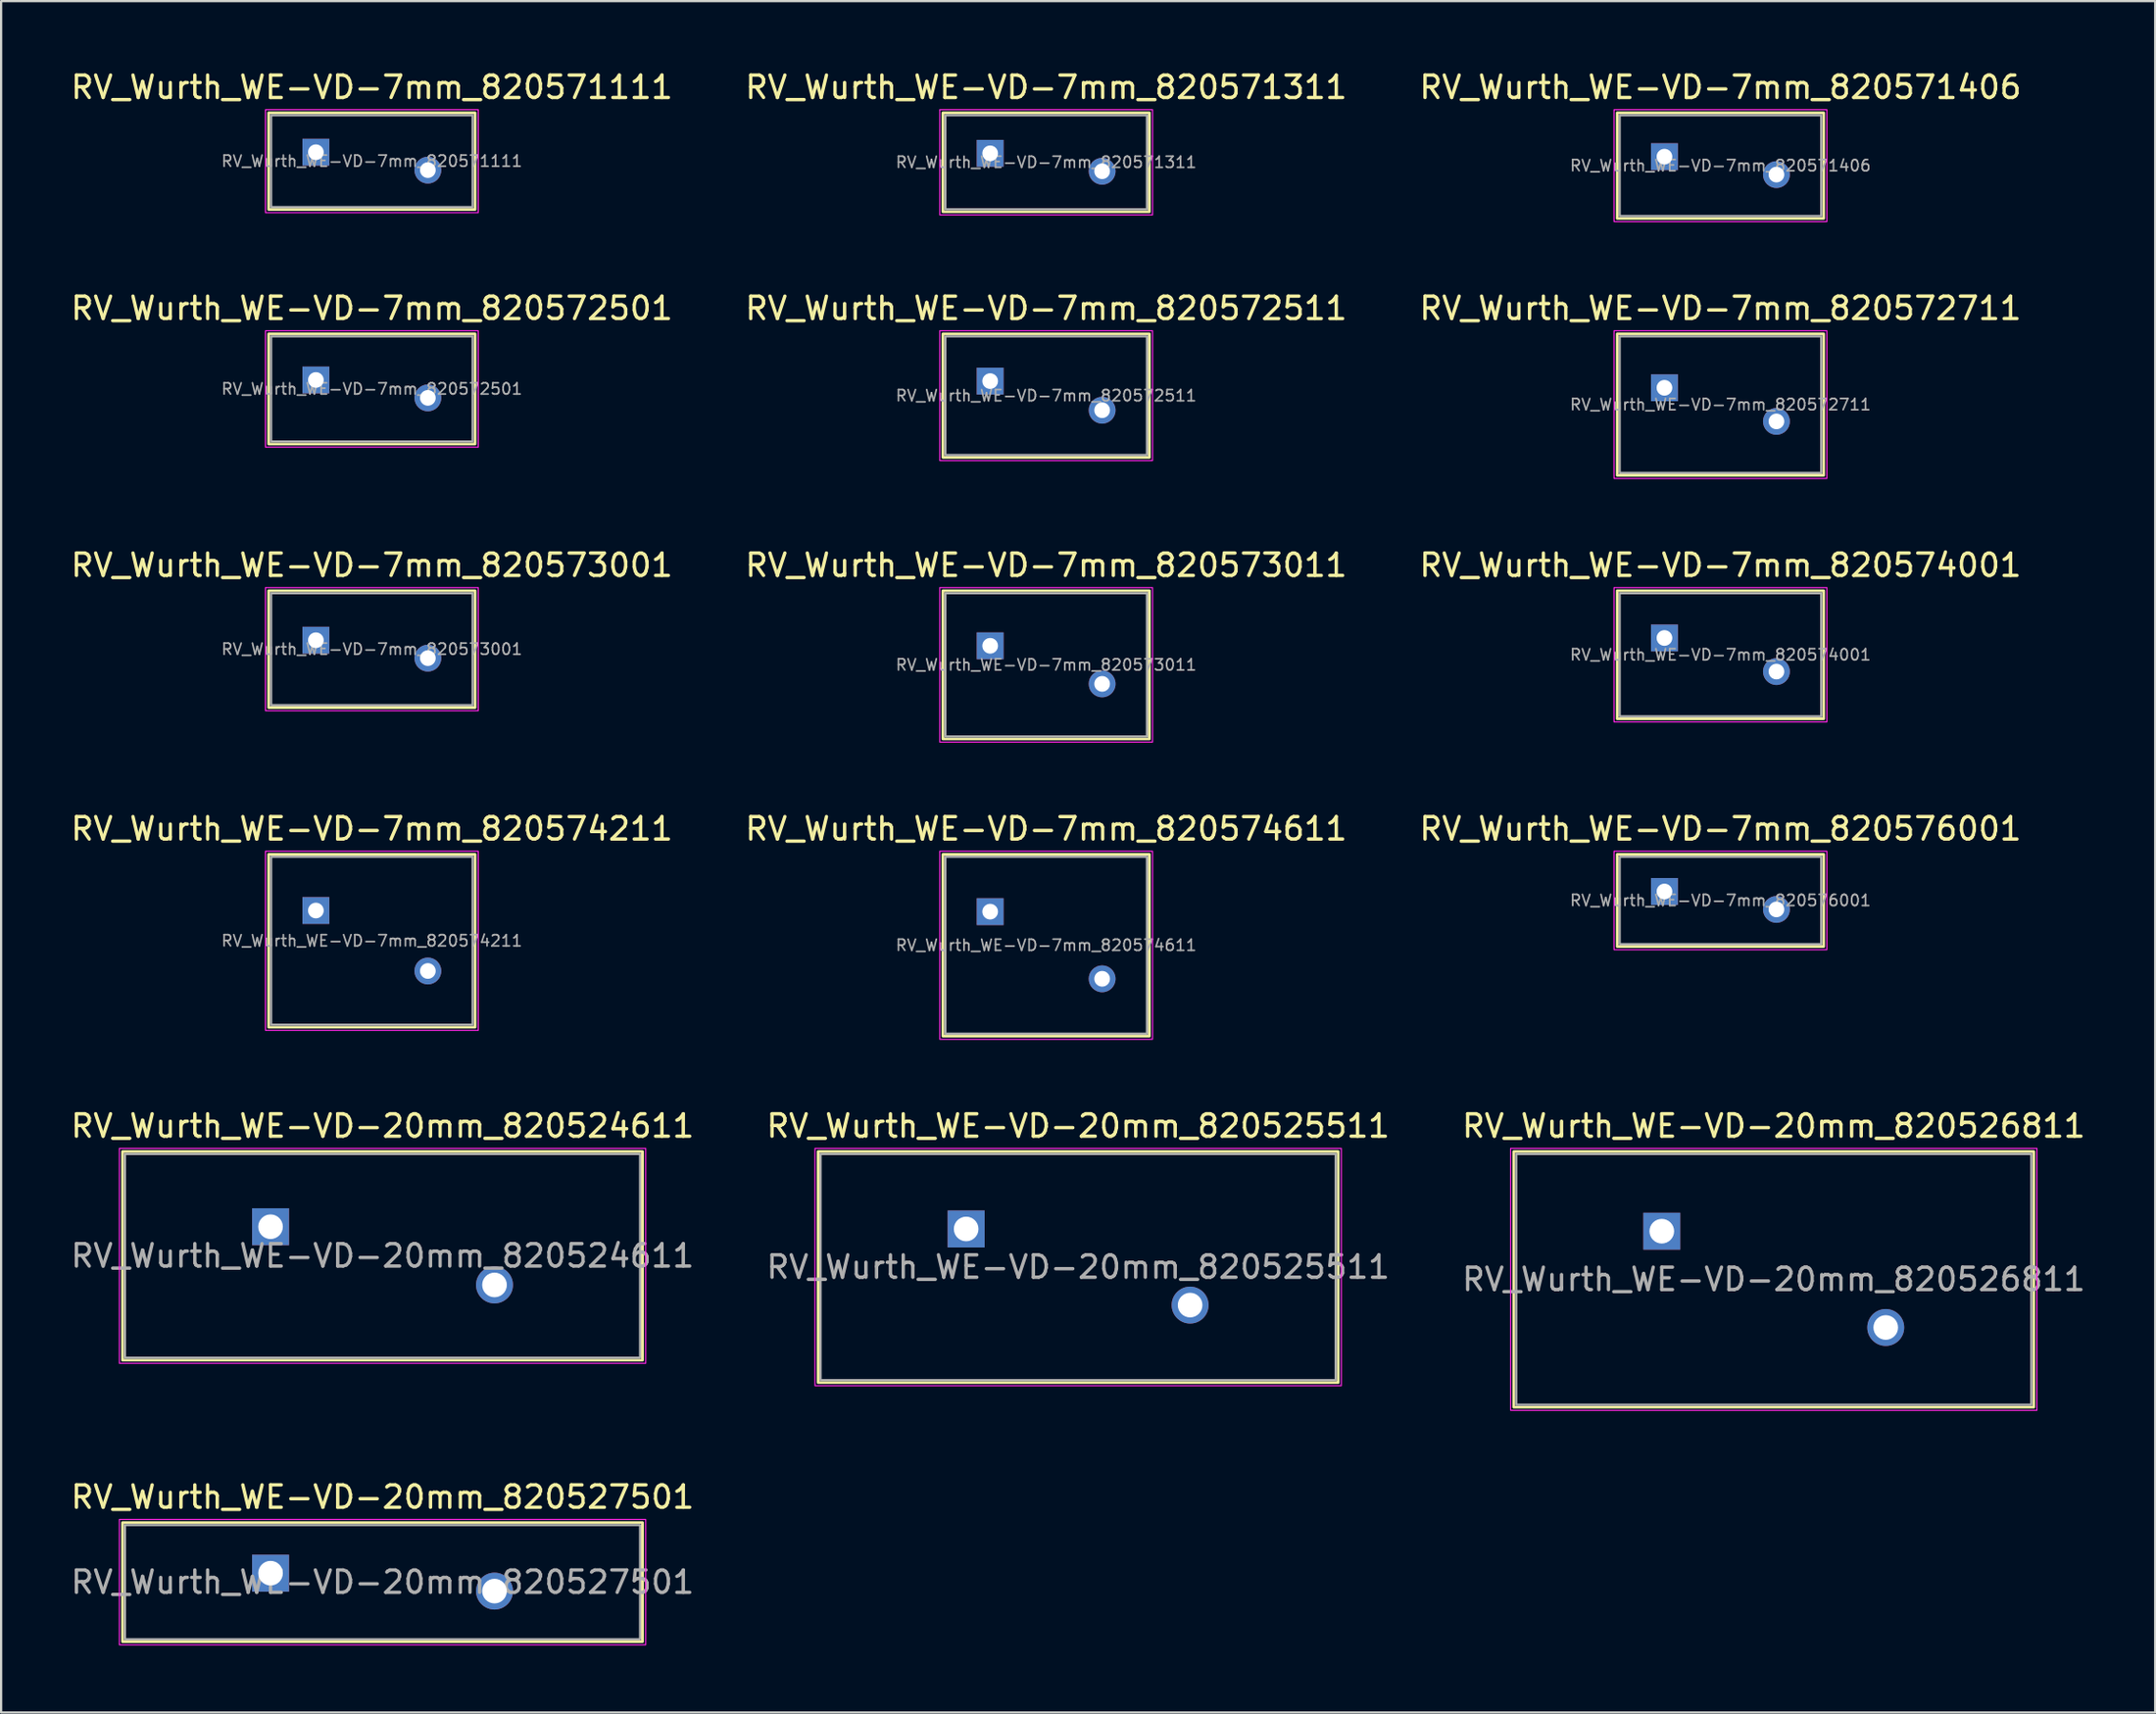
<source format=kicad_pcb>
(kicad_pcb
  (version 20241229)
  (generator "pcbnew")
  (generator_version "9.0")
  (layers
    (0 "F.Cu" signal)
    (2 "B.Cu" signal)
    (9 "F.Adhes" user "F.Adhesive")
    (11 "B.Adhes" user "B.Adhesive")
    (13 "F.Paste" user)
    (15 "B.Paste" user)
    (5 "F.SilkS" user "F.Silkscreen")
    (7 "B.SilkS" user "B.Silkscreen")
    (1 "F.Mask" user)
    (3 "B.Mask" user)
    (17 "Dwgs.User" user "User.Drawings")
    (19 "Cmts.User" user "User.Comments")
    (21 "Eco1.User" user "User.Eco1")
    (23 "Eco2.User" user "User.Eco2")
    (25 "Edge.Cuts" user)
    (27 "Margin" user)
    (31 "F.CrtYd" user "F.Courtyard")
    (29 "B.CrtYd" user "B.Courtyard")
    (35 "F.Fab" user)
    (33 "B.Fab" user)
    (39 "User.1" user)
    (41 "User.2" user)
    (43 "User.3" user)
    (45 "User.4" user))
  (footprint "RV_Wurth_WE-VD-20mm_820527501"
    (layer "F.Cu")
    (at 9.03 67.215)
    (property "Reference" "RV_Wurth_WE-VD-20mm_820527501" (at 5 -3.4 0) (unlocked yes) (layer "F.SilkS") (effects (font (size 1 1) (thickness 0.15))))
    (attr through_hole)
    (fp_rect (start -6.61 -2.26) (end 16.61 3.06) (stroke (width 0.12) (type solid)) (fill no) (layer "F.SilkS"))
    (fp_rect (start -6.75 -2.4) (end 16.75 3.2) (stroke (width 0.05) (type solid)) (fill no) (layer "F.CrtYd"))
    (fp_rect (start -6.5 -2.15) (end 16.5 2.95) (stroke (width 0.1) (type solid)) (fill no) (layer "F.Fab"))
    (fp_text user "${REFERENCE}" (at 5 0.4 0) (unlocked yes) (layer "F.Fab") (effects (font (size 1 1) (thickness 0.15))))
    (pad "1" thru_hole rect (at 0 0) (size 1.65 1.65) (drill 1.1) (layers "*.Cu" "*.Mask"))
    (pad "2" thru_hole circle (at 10 0.8) (size 1.65 1.65) (drill 1.1) (layers "*.Cu" "*.Mask")))
  (footprint "RV_Wurth_WE-VD-7mm_820574211"
    (layer "F.Cu")
    (at 11.054 37.618)
    (property "Reference" "RV_Wurth_WE-VD-7mm_820574211" (at 2.5 -3.65 0) (unlocked yes) (layer "F.SilkS") (effects (font (size 1 1) (thickness 0.15))))
    (attr through_hole)
    (fp_rect (start -2.11 -2.51) (end 7.11 5.21) (stroke (width 0.12) (type solid)) (fill no) (layer "F.SilkS"))
    (fp_rect (start -2.25 -2.65) (end 7.25 5.35) (stroke (width 0.05) (type solid)) (fill no) (layer "F.CrtYd"))
    (fp_rect (start -2 -2.4) (end 7 5.1) (stroke (width 0.1) (type solid)) (fill no) (layer "F.Fab"))
    (fp_text user "${REFERENCE}" (at 2.5 1.35 0) (unlocked yes) (layer "F.Fab") (effects (font (size 0.5 0.5) (thickness 0.075))))
    (pad "1" thru_hole rect (at 0 0) (size 1.2 1.2) (drill 0.7) (layers "*.Cu" "*.Mask"))
    (pad "2" thru_hole circle (at 5 2.7) (size 1.2 1.2) (drill 0.7) (layers "*.Cu" "*.Mask")))
  (footprint "RV_Wurth_WE-VD-20mm_820525511"
    (layer "F.Cu")
    (at 40.089 51.841)
    (property "Reference" "RV_Wurth_WE-VD-20mm_820525511" (at 5 -4.6 0) (unlocked yes) (layer "F.SilkS") (effects (font (size 1 1) (thickness 0.15))))
    (attr through_hole)
    (fp_rect (start -6.61 -3.46) (end 16.61 6.86) (stroke (width 0.12) (type solid)) (fill no) (layer "F.SilkS"))
    (fp_rect (start -6.75 -3.6) (end 16.75 7) (stroke (width 0.05) (type solid)) (fill no) (layer "F.CrtYd"))
    (fp_rect (start -6.5 -3.35) (end 16.5 6.75) (stroke (width 0.1) (type solid)) (fill no) (layer "F.Fab"))
    (fp_text user "${REFERENCE}" (at 5 1.7 0) (unlocked yes) (layer "F.Fab") (effects (font (size 1 1) (thickness 0.15))))
    (pad "1" thru_hole rect (at 0 0) (size 1.65 1.65) (drill 1.1) (layers "*.Cu" "*.Mask"))
    (pad "2" thru_hole circle (at 10 3.4) (size 1.65 1.65) (drill 1.1) (layers "*.Cu" "*.Mask")))
  (footprint "RV_Wurth_WE-VD-7mm_820571111"
    (layer "F.Cu")
    (at 11.054 3.748)
    (property "Reference" "RV_Wurth_WE-VD-7mm_820571111" (at 2.5 -2.9 0) (unlocked yes) (layer "F.SilkS") (effects (font (size 1 1) (thickness 0.15))))
    (attr through_hole)
    (fp_rect (start -2.11 -1.76) (end 7.11 2.56) (stroke (width 0.12) (type solid)) (fill no) (layer "F.SilkS"))
    (fp_rect (start -2.25 -1.9) (end 7.25 2.7) (stroke (width 0.05) (type solid)) (fill no) (layer "F.CrtYd"))
    (fp_rect (start -2 -1.65) (end 7 2.45) (stroke (width 0.1) (type solid)) (fill no) (layer "F.Fab"))
    (fp_text user "${REFERENCE}" (at 2.5 0.4 0) (unlocked yes) (layer "F.Fab") (effects (font (size 0.5 0.5) (thickness 0.075))))
    (pad "1" thru_hole rect (at 0 0) (size 1.2 1.2) (drill 0.7) (layers "*.Cu" "*.Mask"))
    (pad "2" thru_hole circle (at 5 0.8) (size 1.2 1.2) (drill 0.7) (layers "*.Cu" "*.Mask")))
  (footprint "RV_Wurth_WE-VD-7mm_820573011"
    (layer "F.Cu")
    (at 41.161 25.795)
    (property "Reference" "RV_Wurth_WE-VD-7mm_820573011" (at 2.5 -3.6 0) (unlocked yes) (layer "F.SilkS") (effects (font (size 1 1) (thickness 0.15))))
    (attr through_hole)
    (fp_rect (start -2.11 -2.46) (end 7.11 4.16) (stroke (width 0.12) (type solid)) (fill no) (layer "F.SilkS"))
    (fp_rect (start -2.25 -2.6) (end 7.25 4.3) (stroke (width 0.05) (type solid)) (fill no) (layer "F.CrtYd"))
    (fp_rect (start -2 -2.35) (end 7 4.05) (stroke (width 0.1) (type solid)) (fill no) (layer "F.Fab"))
    (fp_text user "${REFERENCE}" (at 2.5 0.85 0) (unlocked yes) (layer "F.Fab") (effects (font (size 0.5 0.5) (thickness 0.075))))
    (pad "1" thru_hole rect (at 0 0) (size 1.2 1.2) (drill 0.7) (layers "*.Cu" "*.Mask"))
    (pad "2" thru_hole circle (at 5 1.7) (size 1.2 1.2) (drill 0.7) (layers "*.Cu" "*.Mask")))
  (footprint "RV_Wurth_WE-VD-7mm_820572511"
    (layer "F.Cu")
    (at 41.161 13.972)
    (property "Reference" "RV_Wurth_WE-VD-7mm_820572511" (at 2.5 -3.25 0) (unlocked yes) (layer "F.SilkS") (effects (font (size 1 1) (thickness 0.15))))
    (attr through_hole)
    (fp_rect (start -2.11 -2.11) (end 7.11 3.41) (stroke (width 0.12) (type solid)) (fill no) (layer "F.SilkS"))
    (fp_rect (start -2.25 -2.25) (end 7.25 3.55) (stroke (width 0.05) (type solid)) (fill no) (layer "F.CrtYd"))
    (fp_rect (start -2 -2) (end 7 3.3) (stroke (width 0.1) (type solid)) (fill no) (layer "F.Fab"))
    (fp_text user "${REFERENCE}" (at 2.5 0.65 0) (unlocked yes) (layer "F.Fab") (effects (font (size 0.5 0.5) (thickness 0.075))))
    (pad "1" thru_hole rect (at 0 0) (size 1.2 1.2) (drill 0.7) (layers "*.Cu" "*.Mask"))
    (pad "2" thru_hole circle (at 5 1.3) (size 1.2 1.2) (drill 0.7) (layers "*.Cu" "*.Mask")))
  (footprint "RV_Wurth_WE-VD-20mm_820524611"
    (layer "F.Cu")
    (at 9.03 51.741)
    (property "Reference" "RV_Wurth_WE-VD-20mm_820524611" (at 5 -4.5 0) (unlocked yes) (layer "F.SilkS") (effects (font (size 1 1) (thickness 0.15))))
    (attr through_hole)
    (fp_rect (start -6.61 -3.36) (end 16.61 5.96) (stroke (width 0.12) (type solid)) (fill no) (layer "F.SilkS"))
    (fp_rect (start -6.75 -3.5) (end 16.75 6.1) (stroke (width 0.05) (type solid)) (fill no) (layer "F.CrtYd"))
    (fp_rect (start -6.5 -3.25) (end 16.5 5.85) (stroke (width 0.1) (type solid)) (fill no) (layer "F.Fab"))
    (fp_text user "${REFERENCE}" (at 5 1.3 0) (unlocked yes) (layer "F.Fab") (effects (font (size 1 1) (thickness 0.15))))
    (pad "1" thru_hole rect (at 0 0) (size 1.65 1.65) (drill 1.1) (layers "*.Cu" "*.Mask"))
    (pad "2" thru_hole circle (at 10 2.6) (size 1.65 1.65) (drill 1.1) (layers "*.Cu" "*.Mask")))
  (footprint "RV_Wurth_WE-VD-7mm_820572501"
    (layer "F.Cu")
    (at 11.054 13.921)
    (property "Reference" "RV_Wurth_WE-VD-7mm_820572501" (at 2.5 -3.2 0) (unlocked yes) (layer "F.SilkS") (effects (font (size 1 1) (thickness 0.15))))
    (attr through_hole)
    (fp_rect (start -2.11 -2.06) (end 7.11 2.86) (stroke (width 0.12) (type solid)) (fill no) (layer "F.SilkS"))
    (fp_rect (start -2.25 -2.2) (end 7.25 3) (stroke (width 0.05) (type solid)) (fill no) (layer "F.CrtYd"))
    (fp_rect (start -2 -1.95) (end 7 2.75) (stroke (width 0.1) (type solid)) (fill no) (layer "F.Fab"))
    (fp_text user "${REFERENCE}" (at 2.5 0.4 0) (unlocked yes) (layer "F.Fab") (effects (font (size 0.5 0.5) (thickness 0.075))))
    (pad "1" thru_hole rect (at 0 0) (size 1.2 1.2) (drill 0.7) (layers "*.Cu" "*.Mask"))
    (pad "2" thru_hole circle (at 5 0.8) (size 1.2 1.2) (drill 0.7) (layers "*.Cu" "*.Mask")))
  (footprint "RV_Wurth_WE-VD-7mm_820574001"
    (layer "F.Cu")
    (at 71.268 25.445)
    (property "Reference" "RV_Wurth_WE-VD-7mm_820574001" (at 2.5 -3.25 0) (unlocked yes) (layer "F.SilkS") (effects (font (size 1 1) (thickness 0.15))))
    (attr through_hole)
    (fp_rect (start -2.11 -2.11) (end 7.11 3.61) (stroke (width 0.12) (type solid)) (fill no) (layer "F.SilkS"))
    (fp_rect (start -2.25 -2.25) (end 7.25 3.75) (stroke (width 0.05) (type solid)) (fill no) (layer "F.CrtYd"))
    (fp_rect (start -2 -2) (end 7 3.5) (stroke (width 0.1) (type solid)) (fill no) (layer "F.Fab"))
    (fp_text user "${REFERENCE}" (at 2.5 0.75 0) (unlocked yes) (layer "F.Fab") (effects (font (size 0.5 0.5) (thickness 0.075))))
    (pad "1" thru_hole rect (at 0 0) (size 1.2 1.2) (drill 0.7) (layers "*.Cu" "*.Mask"))
    (pad "2" thru_hole circle (at 5 1.5) (size 1.2 1.2) (drill 0.7) (layers "*.Cu" "*.Mask")))
  (footprint "RV_Wurth_WE-VD-7mm_820573001"
    (layer "F.Cu")
    (at 11.054 25.545)
    (property "Reference" "RV_Wurth_WE-VD-7mm_820573001" (at 2.5 -3.35 0) (unlocked yes) (layer "F.SilkS") (effects (font (size 1 1) (thickness 0.15))))
    (attr through_hole)
    (fp_rect (start -2.11 -2.21) (end 7.11 3.01) (stroke (width 0.12) (type solid)) (fill no) (layer "F.SilkS"))
    (fp_rect (start -2.25 -2.35) (end 7.25 3.15) (stroke (width 0.05) (type solid)) (fill no) (layer "F.CrtYd"))
    (fp_rect (start -2 -2.1) (end 7 2.9) (stroke (width 0.1) (type solid)) (fill no) (layer "F.Fab"))
    (fp_text user "${REFERENCE}" (at 2.5 0.4 0) (unlocked yes) (layer "F.Fab") (effects (font (size 0.5 0.5) (thickness 0.075))))
    (pad "1" thru_hole rect (at 0 0) (size 1.2 1.2) (drill 0.7) (layers "*.Cu" "*.Mask"))
    (pad "2" thru_hole circle (at 5 0.8) (size 1.2 1.2) (drill 0.7) (layers "*.Cu" "*.Mask")))
  (footprint "RV_Wurth_WE-VD-7mm_820572711"
    (layer "F.Cu")
    (at 71.268 14.271)
    (property "Reference" "RV_Wurth_WE-VD-7mm_820572711" (at 2.5 -3.55 0) (unlocked yes) (layer "F.SilkS") (effects (font (size 1 1) (thickness 0.15))))
    (attr through_hole)
    (fp_rect (start -2.11 -2.41) (end 7.11 3.91) (stroke (width 0.12) (type solid)) (fill no) (layer "F.SilkS"))
    (fp_rect (start -2.25 -2.55) (end 7.25 4.05) (stroke (width 0.05) (type solid)) (fill no) (layer "F.CrtYd"))
    (fp_rect (start -2 -2.3) (end 7 3.8) (stroke (width 0.1) (type solid)) (fill no) (layer "F.Fab"))
    (fp_text user "${REFERENCE}" (at 2.5 0.75 0) (unlocked yes) (layer "F.Fab") (effects (font (size 0.5 0.5) (thickness 0.075))))
    (pad "1" thru_hole rect (at 0 0) (size 1.2 1.2) (drill 0.7) (layers "*.Cu" "*.Mask"))
    (pad "2" thru_hole circle (at 5 1.5) (size 1.2 1.2) (drill 0.7) (layers "*.Cu" "*.Mask")))
  (footprint "RV_Wurth_WE-VD-7mm_820574611"
    (layer "F.Cu")
    (at 41.161 37.668)
    (property "Reference" "RV_Wurth_WE-VD-7mm_820574611" (at 2.5 -3.7 0) (unlocked yes) (layer "F.SilkS") (effects (font (size 1 1) (thickness 0.15))))
    (attr through_hole)
    (fp_rect (start -2.11 -2.56) (end 7.11 5.56) (stroke (width 0.12) (type solid)) (fill no) (layer "F.SilkS"))
    (fp_rect (start -2.25 -2.7) (end 7.25 5.7) (stroke (width 0.05) (type solid)) (fill no) (layer "F.CrtYd"))
    (fp_rect (start -2 -2.45) (end 7 5.45) (stroke (width 0.1) (type solid)) (fill no) (layer "F.Fab"))
    (fp_text user "${REFERENCE}" (at 2.5 1.5 0) (unlocked yes) (layer "F.Fab") (effects (font (size 0.5 0.5) (thickness 0.075))))
    (pad "1" thru_hole rect (at 0 0) (size 1.2 1.2) (drill 0.7) (layers "*.Cu" "*.Mask"))
    (pad "2" thru_hole circle (at 5 3) (size 1.2 1.2) (drill 0.7) (layers "*.Cu" "*.Mask")))
  (footprint "RV_Wurth_WE-VD-7mm_820576001"
    (layer "F.Cu")
    (at 71.268 36.768)
    (property "Reference" "RV_Wurth_WE-VD-7mm_820576001" (at 2.5 -2.8 0) (unlocked yes) (layer "F.SilkS") (effects (font (size 1 1) (thickness 0.15))))
    (attr through_hole)
    (fp_rect (start -2.11 -1.66) (end 7.11 2.46) (stroke (width 0.12) (type solid)) (fill no) (layer "F.SilkS"))
    (fp_rect (start -2.25 -1.8) (end 7.25 2.6) (stroke (width 0.05) (type solid)) (fill no) (layer "F.CrtYd"))
    (fp_rect (start -2 -1.55) (end 7 2.35) (stroke (width 0.1) (type solid)) (fill no) (layer "F.Fab"))
    (fp_text user "${REFERENCE}" (at 2.5 0.4 0) (unlocked yes) (layer "F.Fab") (effects (font (size 0.5 0.5) (thickness 0.075))))
    (pad "1" thru_hole rect (at 0 0) (size 1.2 1.2) (drill 0.7) (layers "*.Cu" "*.Mask"))
    (pad "2" thru_hole circle (at 5 0.8) (size 1.2 1.2) (drill 0.7) (layers "*.Cu" "*.Mask")))
  (footprint "RV_Wurth_WE-VD-7mm_820571406"
    (layer "F.Cu")
    (at 71.268 3.948)
    (property "Reference" "RV_Wurth_WE-VD-7mm_820571406" (at 2.5 -3.1 0) (unlocked yes) (layer "F.SilkS") (effects (font (size 1 1) (thickness 0.15))))
    (attr through_hole)
    (fp_rect (start -2.11 -1.96) (end 7.11 2.76) (stroke (width 0.12) (type solid)) (fill no) (layer "F.SilkS"))
    (fp_rect (start -2.25 -2.1) (end 7.25 2.9) (stroke (width 0.05) (type solid)) (fill no) (layer "F.CrtYd"))
    (fp_rect (start -2 -1.85) (end 7 2.65) (stroke (width 0.1) (type solid)) (fill no) (layer "F.Fab"))
    (fp_text user "${REFERENCE}" (at 2.5 0.4 0) (unlocked yes) (layer "F.Fab") (effects (font (size 0.5 0.5) (thickness 0.075))))
    (pad "1" thru_hole rect (at 0 0) (size 1.2 1.2) (drill 0.7) (layers "*.Cu" "*.Mask"))
    (pad "2" thru_hole circle (at 5 0.8) (size 1.2 1.2) (drill 0.7) (layers "*.Cu" "*.Mask")))
  (footprint "RV_Wurth_WE-VD-20mm_820526811"
    (layer "F.Cu")
    (at 71.149 51.941)
    (property "Reference" "RV_Wurth_WE-VD-20mm_820526811" (at 5 -4.7 0) (unlocked yes) (layer "F.SilkS") (effects (font (size 1 1) (thickness 0.15))))
    (attr through_hole)
    (fp_rect (start -6.61 -3.56) (end 16.61 7.86) (stroke (width 0.12) (type solid)) (fill no) (layer "F.SilkS"))
    (fp_rect (start -6.75 -3.7) (end 16.75 8) (stroke (width 0.05) (type solid)) (fill no) (layer "F.CrtYd"))
    (fp_rect (start -6.5 -3.45) (end 16.5 7.75) (stroke (width 0.1) (type solid)) (fill no) (layer "F.Fab"))
    (fp_text user "${REFERENCE}" (at 5 2.15 0) (unlocked yes) (layer "F.Fab") (effects (font (size 1 1) (thickness 0.15))))
    (pad "1" thru_hole rect (at 0 0) (size 1.65 1.65) (drill 1.1) (layers "*.Cu" "*.Mask"))
    (pad "2" thru_hole circle (at 10 4.3) (size 1.65 1.65) (drill 1.1) (layers "*.Cu" "*.Mask")))
  (footprint "RV_Wurth_WE-VD-7mm_820571311"
    (layer "F.Cu")
    (at 41.161 3.798)
    (property "Reference" "RV_Wurth_WE-VD-7mm_820571311" (at 2.5 -2.95 0) (unlocked yes) (layer "F.SilkS") (effects (font (size 1 1) (thickness 0.15))))
    (attr through_hole)
    (fp_rect (start -2.11 -1.81) (end 7.11 2.61) (stroke (width 0.12) (type solid)) (fill no) (layer "F.SilkS"))
    (fp_rect (start -2.25 -1.95) (end 7.25 2.75) (stroke (width 0.05) (type solid)) (fill no) (layer "F.CrtYd"))
    (fp_rect (start -2 -1.7) (end 7 2.5) (stroke (width 0.1) (type solid)) (fill no) (layer "F.Fab"))
    (fp_text user "${REFERENCE}" (at 2.5 0.4 0) (unlocked yes) (layer "F.Fab") (effects (font (size 0.5 0.5) (thickness 0.075))))
    (pad "1" thru_hole rect (at 0 0) (size 1.2 1.2) (drill 0.7) (layers "*.Cu" "*.Mask"))
    (pad "2" thru_hole circle (at 5 0.8) (size 1.2 1.2) (drill 0.7) (layers "*.Cu" "*.Mask")))
  (gr_rect
    (start -3 -3)
    (end 93.179 73.439)
    (stroke (width 0.1) (type default))
    (fill no)
    (layer "Edge.Cuts")))
</source>
